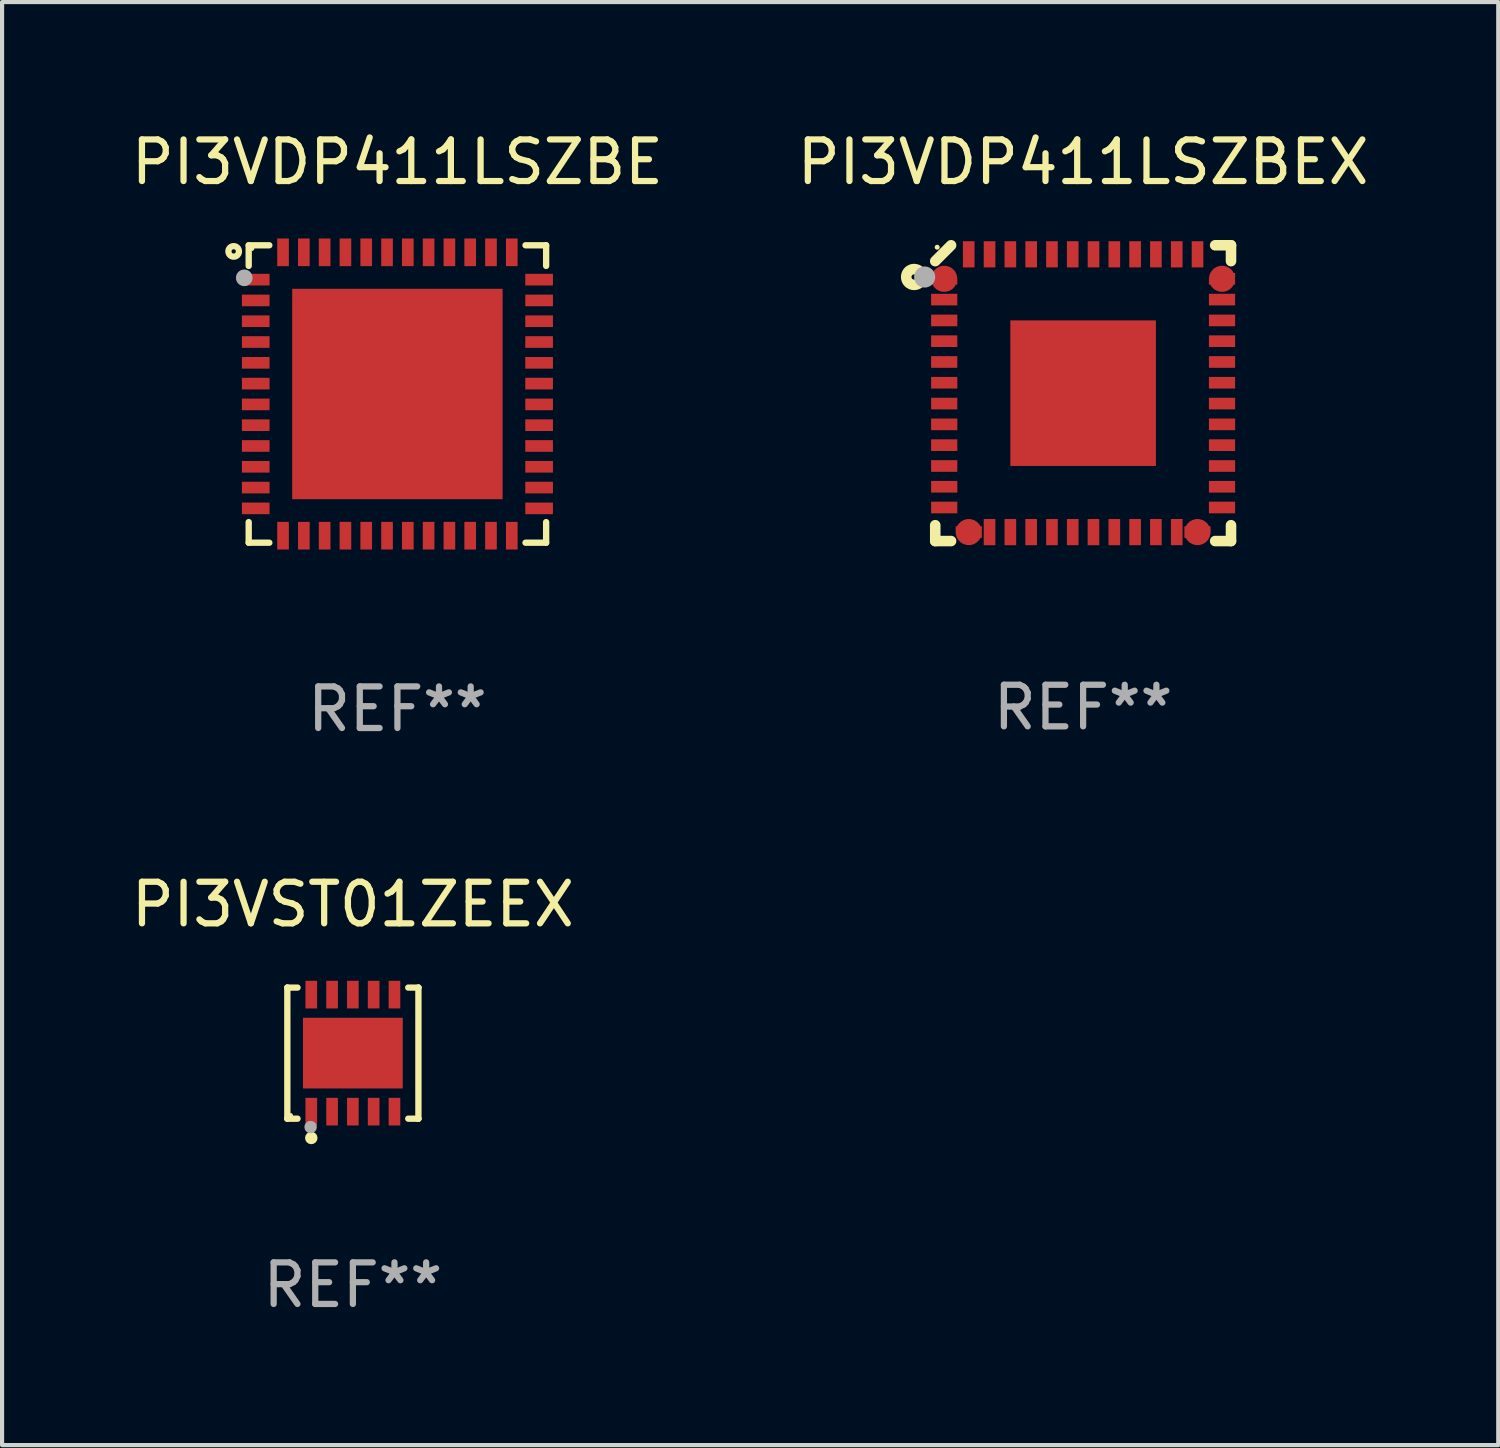
<source format=kicad_pcb>
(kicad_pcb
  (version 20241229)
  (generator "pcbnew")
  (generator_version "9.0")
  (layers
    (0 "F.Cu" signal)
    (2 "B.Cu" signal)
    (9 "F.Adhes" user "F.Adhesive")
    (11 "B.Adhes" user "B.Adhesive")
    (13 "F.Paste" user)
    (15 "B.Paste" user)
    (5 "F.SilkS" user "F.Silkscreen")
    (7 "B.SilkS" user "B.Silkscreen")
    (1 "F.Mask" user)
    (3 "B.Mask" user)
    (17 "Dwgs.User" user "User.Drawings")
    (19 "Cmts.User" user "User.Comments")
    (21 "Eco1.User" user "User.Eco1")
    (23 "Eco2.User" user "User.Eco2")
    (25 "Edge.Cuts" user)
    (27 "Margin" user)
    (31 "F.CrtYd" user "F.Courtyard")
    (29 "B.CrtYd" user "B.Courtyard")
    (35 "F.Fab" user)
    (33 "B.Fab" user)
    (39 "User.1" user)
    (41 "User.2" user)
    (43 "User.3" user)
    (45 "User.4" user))
  (footprint "PI3VDP411LSZBE"
    (layer "F.Cu")
    (at 6.506 6.424)
    (property "Reference" "PI3VDP411LSZBE" (at 0 -5.576 0) (layer "F.SilkS") (effects (font (size 1 1) (thickness 0.15))))
    (attr through_hole)
    (fp_line (start -3.576 -3.576) (end -3.576 -3.08) (stroke (width 0.152) (type solid)) (layer "F.SilkS"))
    (fp_line (start -3.576 3.576) (end -3.576 3.08) (stroke (width 0.152) (type solid)) (layer "F.SilkS"))
    (fp_line (start -3.08 -3.576) (end -3.576 -3.576) (stroke (width 0.152) (type solid)) (layer "F.SilkS"))
    (fp_line (start -3.08 3.576) (end -3.576 3.576) (stroke (width 0.152) (type solid)) (layer "F.SilkS"))
    (fp_line (start 3.08 -3.576) (end 3.576 -3.576) (stroke (width 0.152) (type solid)) (layer "F.SilkS"))
    (fp_line (start 3.08 3.576) (end 3.576 3.576) (stroke (width 0.152) (type solid)) (layer "F.SilkS"))
    (fp_line (start 3.576 -3.576) (end 3.576 -3.08) (stroke (width 0.152) (type solid)) (layer "F.SilkS"))
    (fp_line (start 3.576 3.576) (end 3.576 3.08) (stroke (width 0.152) (type solid)) (layer "F.SilkS"))
    (fp_circle (center -3.937 -3.429) (end -3.81 -3.429) (stroke (width 0.15) (type solid)) (fill no) (layer "F.SilkS"))
    (fp_circle (center -3.5 -3.5) (end -3.47 -3.5) (stroke (width 0.06) (type solid)) (fill no) (layer "F.SilkS"))
    (fp_circle (center -3.683 -2.794) (end -3.583 -2.794) (stroke (width 0.2) (type solid)) (fill no) (layer "F.Fab"))
    (fp_text user "REF**" (at 0 7.576 0) (layer "F.Fab") (effects (font (size 1 1) (thickness 0.15))))
    (pad "1" smd rect (at -3.407 -2.75) (size 0.665 0.28) (layers "F.Cu" "F.Mask" "F.Paste"))
    (pad "2" smd rect (at -3.407 -2.25) (size 0.665 0.28) (layers "F.Cu" "F.Mask" "F.Paste"))
    (pad "3" smd rect (at -3.407 -1.75) (size 0.665 0.28) (layers "F.Cu" "F.Mask" "F.Paste"))
    (pad "4" smd rect (at -3.407 -1.25) (size 0.665 0.28) (layers "F.Cu" "F.Mask" "F.Paste"))
    (pad "5" smd rect (at -3.407 -0.75) (size 0.665 0.28) (layers "F.Cu" "F.Mask" "F.Paste"))
    (pad "6" smd rect (at -3.407 -0.25) (size 0.665 0.28) (layers "F.Cu" "F.Mask" "F.Paste"))
    (pad "7" smd rect (at -3.407 0.25) (size 0.665 0.28) (layers "F.Cu" "F.Mask" "F.Paste"))
    (pad "8" smd rect (at -3.407 0.75) (size 0.665 0.28) (layers "F.Cu" "F.Mask" "F.Paste"))
    (pad "9" smd rect (at -3.407 1.25) (size 0.665 0.28) (layers "F.Cu" "F.Mask" "F.Paste"))
    (pad "10" smd rect (at -3.407 1.75) (size 0.665 0.28) (layers "F.Cu" "F.Mask" "F.Paste"))
    (pad "11" smd rect (at -3.407 2.25) (size 0.665 0.28) (layers "F.Cu" "F.Mask" "F.Paste"))
    (pad "12" smd rect (at -3.407 2.75) (size 0.665 0.28) (layers "F.Cu" "F.Mask" "F.Paste"))
    (pad "13" smd rect (at -2.75 3.407) (size 0.28 0.665) (layers "F.Cu" "F.Mask" "F.Paste"))
    (pad "14" smd rect (at -2.25 3.407) (size 0.28 0.665) (layers "F.Cu" "F.Mask" "F.Paste"))
    (pad "15" smd rect (at -1.75 3.407) (size 0.28 0.665) (layers "F.Cu" "F.Mask" "F.Paste"))
    (pad "16" smd rect (at -1.25 3.407) (size 0.28 0.665) (layers "F.Cu" "F.Mask" "F.Paste"))
    (pad "17" smd rect (at -0.75 3.407) (size 0.28 0.665) (layers "F.Cu" "F.Mask" "F.Paste"))
    (pad "18" smd rect (at -0.25 3.407) (size 0.28 0.665) (layers "F.Cu" "F.Mask" "F.Paste"))
    (pad "19" smd rect (at 0.25 3.407) (size 0.28 0.665) (layers "F.Cu" "F.Mask" "F.Paste"))
    (pad "20" smd rect (at 0.75 3.407) (size 0.28 0.665) (layers "F.Cu" "F.Mask" "F.Paste"))
    (pad "21" smd rect (at 1.25 3.407) (size 0.28 0.665) (layers "F.Cu" "F.Mask" "F.Paste"))
    (pad "22" smd rect (at 1.75 3.407) (size 0.28 0.665) (layers "F.Cu" "F.Mask" "F.Paste"))
    (pad "23" smd rect (at 2.25 3.407) (size 0.28 0.665) (layers "F.Cu" "F.Mask" "F.Paste"))
    (pad "24" smd rect (at 2.75 3.407) (size 0.28 0.665) (layers "F.Cu" "F.Mask" "F.Paste"))
    (pad "25" smd rect (at 3.407 2.75) (size 0.665 0.28) (layers "F.Cu" "F.Mask" "F.Paste"))
    (pad "26" smd rect (at 3.407 2.25) (size 0.665 0.28) (layers "F.Cu" "F.Mask" "F.Paste"))
    (pad "27" smd rect (at 3.407 1.75) (size 0.665 0.28) (layers "F.Cu" "F.Mask" "F.Paste"))
    (pad "28" smd rect (at 3.407 1.25) (size 0.665 0.28) (layers "F.Cu" "F.Mask" "F.Paste"))
    (pad "29" smd rect (at 3.407 0.75) (size 0.665 0.28) (layers "F.Cu" "F.Mask" "F.Paste"))
    (pad "30" smd rect (at 3.407 0.25) (size 0.665 0.28) (layers "F.Cu" "F.Mask" "F.Paste"))
    (pad "31" smd rect (at 3.407 -0.25) (size 0.665 0.28) (layers "F.Cu" "F.Mask" "F.Paste"))
    (pad "32" smd rect (at 3.407 -0.75) (size 0.665 0.28) (layers "F.Cu" "F.Mask" "F.Paste"))
    (pad "33" smd rect (at 3.407 -1.25) (size 0.665 0.28) (layers "F.Cu" "F.Mask" "F.Paste"))
    (pad "34" smd rect (at 3.407 -1.75) (size 0.665 0.28) (layers "F.Cu" "F.Mask" "F.Paste"))
    (pad "35" smd rect (at 3.407 -2.25) (size 0.665 0.28) (layers "F.Cu" "F.Mask" "F.Paste"))
    (pad "36" smd rect (at 3.407 -2.75) (size 0.665 0.28) (layers "F.Cu" "F.Mask" "F.Paste"))
    (pad "37" smd rect (at 2.75 -3.407) (size 0.28 0.665) (layers "F.Cu" "F.Mask" "F.Paste"))
    (pad "38" smd rect (at 2.25 -3.407) (size 0.28 0.665) (layers "F.Cu" "F.Mask" "F.Paste"))
    (pad "39" smd rect (at 1.75 -3.407) (size 0.28 0.665) (layers "F.Cu" "F.Mask" "F.Paste"))
    (pad "40" smd rect (at 1.25 -3.407) (size 0.28 0.665) (layers "F.Cu" "F.Mask" "F.Paste"))
    (pad "41" smd rect (at 0.75 -3.407) (size 0.28 0.665) (layers "F.Cu" "F.Mask" "F.Paste"))
    (pad "42" smd rect (at 0.25 -3.407) (size 0.28 0.665) (layers "F.Cu" "F.Mask" "F.Paste"))
    (pad "43" smd rect (at -0.25 -3.407) (size 0.28 0.665) (layers "F.Cu" "F.Mask" "F.Paste"))
    (pad "44" smd rect (at -0.75 -3.407) (size 0.28 0.665) (layers "F.Cu" "F.Mask" "F.Paste"))
    (pad "45" smd rect (at -1.25 -3.407) (size 0.28 0.665) (layers "F.Cu" "F.Mask" "F.Paste"))
    (pad "46" smd rect (at -1.75 -3.407) (size 0.28 0.665) (layers "F.Cu" "F.Mask" "F.Paste"))
    (pad "47" smd rect (at -2.25 -3.407) (size 0.28 0.665) (layers "F.Cu" "F.Mask" "F.Paste"))
    (pad "48" smd rect (at -2.75 -3.407) (size 0.28 0.665) (layers "F.Cu" "F.Mask" "F.Paste"))
    (pad "49" smd rect (at 0 0) (size 5.06 5.06) (layers "F.Cu" "F.Mask" "F.Paste")))
  (footprint "PI3VST01ZEEX"
    (layer "F.Cu")
    (at 5.435 22.273)
    (property "Reference" "PI3VST01ZEEX" (at 0 -3.576 0) (layer "F.SilkS") (effects (font (size 1 1) (thickness 0.15))))
    (attr through_hole)
    (fp_line (start -1.576 -1.576) (end -1.576 -1.576) (stroke (width 0.152) (type solid)) (layer "F.SilkS"))
    (fp_line (start -1.576 -1.576) (end -1.331 -1.576) (stroke (width 0.152) (type solid)) (layer "F.SilkS"))
    (fp_line (start -1.576 1.576) (end -1.576 -1.576) (stroke (width 0.152) (type solid)) (layer "F.SilkS"))
    (fp_line (start -1.576 1.576) (end -1.576 1.576) (stroke (width 0.152) (type solid)) (layer "F.SilkS"))
    (fp_line (start -1.331 1.576) (end -1.576 1.576) (stroke (width 0.152) (type solid)) (layer "F.SilkS"))
    (fp_line (start 1.331 1.576) (end 1.576 1.576) (stroke (width 0.152) (type solid)) (layer "F.SilkS"))
    (fp_line (start 1.576 -1.576) (end 1.331 -1.576) (stroke (width 0.152) (type solid)) (layer "F.SilkS"))
    (fp_line (start 1.576 -1.576) (end 1.576 -1.576) (stroke (width 0.152) (type solid)) (layer "F.SilkS"))
    (fp_line (start 1.576 1.576) (end 1.576 -1.576) (stroke (width 0.152) (type solid)) (layer "F.SilkS"))
    (fp_line (start 1.576 1.576) (end 1.576 1.576) (stroke (width 0.152) (type solid)) (layer "F.SilkS"))
    (fp_circle (center -1.5 1.5) (end -1.47 1.5) (stroke (width 0.06) (type solid)) (fill no) (layer "F.SilkS"))
    (fp_circle (center -1 2.04) (end -0.925 2.04) (stroke (width 0.15) (type solid)) (fill no) (layer "F.SilkS"))
    (fp_circle (center -1.016 1.778) (end -0.941 1.778) (stroke (width 0.15) (type solid)) (fill no) (layer "F.Fab"))
    (fp_text user "REF**" (at 0 5.576 0) (layer "F.Fab") (effects (font (size 1 1) (thickness 0.15))))
    (pad "1" smd rect (at -1 1.407) (size 0.28 0.665) (layers "F.Cu" "F.Mask" "F.Paste"))
    (pad "2" smd rect (at -0.5 1.407) (size 0.28 0.665) (layers "F.Cu" "F.Mask" "F.Paste"))
    (pad "3" smd rect (at 0 1.407) (size 0.28 0.665) (layers "F.Cu" "F.Mask" "F.Paste"))
    (pad "4" smd rect (at 0.5 1.407) (size 0.28 0.665) (layers "F.Cu" "F.Mask" "F.Paste"))
    (pad "5" smd rect (at 1 1.407) (size 0.28 0.665) (layers "F.Cu" "F.Mask" "F.Paste"))
    (pad "6" smd rect (at 1 -1.407) (size 0.28 0.665) (layers "F.Cu" "F.Mask" "F.Paste"))
    (pad "7" smd rect (at 0.5 -1.407) (size 0.28 0.665) (layers "F.Cu" "F.Mask" "F.Paste"))
    (pad "8" smd rect (at 0 -1.407) (size 0.28 0.665) (layers "F.Cu" "F.Mask" "F.Paste"))
    (pad "9" smd rect (at -0.5 -1.407) (size 0.28 0.665) (layers "F.Cu" "F.Mask" "F.Paste"))
    (pad "10" smd rect (at -1 -1.407) (size 0.28 0.665) (layers "F.Cu" "F.Mask" "F.Paste"))
    (pad "11" smd rect (at 0 0) (size 2.4 1.7) (layers "F.Cu" "F.Mask" "F.Paste")))
  (footprint "PI3VDP411LSZBEX"
    (layer "F.Cu")
    (at 22.994 6.404)
    (property "Reference" "PI3VDP411LSZBEX" (at 0 -5.556 0) (layer "F.SilkS") (effects (font (size 1 1) (thickness 0.15))))
    (attr through_hole)
    (fp_line (start -3.556 3.175) (end -3.556 3.556) (stroke (width 0.254) (type solid)) (layer "F.SilkS"))
    (fp_line (start -3.556 3.556) (end -3.175 3.556) (stroke (width 0.254) (type solid)) (layer "F.SilkS"))
    (fp_line (start -3.175 -3.556) (end -3.556 -3.175) (stroke (width 0.254) (type solid)) (layer "F.SilkS"))
    (fp_line (start 3.175 -3.556) (end 3.556 -3.556) (stroke (width 0.254) (type solid)) (layer "F.SilkS"))
    (fp_line (start 3.556 -3.556) (end 3.556 -3.175) (stroke (width 0.254) (type solid)) (layer "F.SilkS"))
    (fp_line (start 3.556 3.175) (end 3.556 3.556) (stroke (width 0.254) (type solid)) (layer "F.SilkS"))
    (fp_line (start 3.556 3.556) (end 3.175 3.556) (stroke (width 0.254) (type solid)) (layer "F.SilkS"))
    (fp_circle (center -4.064 -2.794) (end -4.001 -2.794) (stroke (width 0.254) (type solid)) (fill no) (layer "F.SilkS"))
    (fp_circle (center -3.509 -3.509) (end -3.479 -3.509) (stroke (width 0.06) (type solid)) (fill no) (layer "F.SilkS"))
    (fp_circle (center -3.81 -2.793) (end -3.683 -2.793) (stroke (width 0.254) (type solid)) (fill no) (layer "F.Fab"))
    (fp_text user "REF**" (at 0 7.556 0) (layer "F.Fab") (effects (font (size 1 1) (thickness 0.15))))
    (pad "1" smd custom (at -3.34 -2.75) (size 0.63 0.28) (layers "F.Cu" "F.Mask" "F.Paste") (options (anchor circle)) (primitives (gr_poly (pts (xy -0.315 -0.14) (xy 0.2 -0.14) (xy 0.315 -0.01) (xy 0.315 0.14) (xy -0.315 0.14)) (width 0) (fill yes))))
    (pad "2" smd rect (at -3.34 -2.25) (size 0.63 0.28) (layers "F.Cu" "F.Mask" "F.Paste"))
    (pad "3" smd rect (at -3.34 -1.749) (size 0.63 0.28) (layers "F.Cu" "F.Mask" "F.Paste"))
    (pad "4" smd rect (at -3.34 -1.25) (size 0.63 0.28) (layers "F.Cu" "F.Mask" "F.Paste"))
    (pad "5" smd rect (at -3.34 -0.75) (size 0.63 0.28) (layers "F.Cu" "F.Mask" "F.Paste"))
    (pad "6" smd rect (at -3.34 -0.251) (size 0.63 0.28) (layers "F.Cu" "F.Mask" "F.Paste"))
    (pad "7" smd rect (at -3.34 0.25) (size 0.63 0.28) (layers "F.Cu" "F.Mask" "F.Paste"))
    (pad "8" smd rect (at -3.34 0.75) (size 0.63 0.28) (layers "F.Cu" "F.Mask" "F.Paste"))
    (pad "9" smd rect (at -3.34 1.25) (size 0.63 0.28) (layers "F.Cu" "F.Mask" "F.Paste"))
    (pad "10" smd rect (at -3.34 1.751) (size 0.63 0.28) (layers "F.Cu" "F.Mask" "F.Paste"))
    (pad "11" smd rect (at -3.34 2.25) (size 0.63 0.28) (layers "F.Cu" "F.Mask" "F.Paste"))
    (pad "12" smd rect (at -3.34 2.749) (size 0.63 0.28) (layers "F.Cu" "F.Mask" "F.Paste"))
    (pad "13" smd custom (at -2.75 3.34 90) (size 0.63 0.28) (layers "F.Cu" "F.Mask" "F.Paste") (options (anchor circle)) (primitives (gr_poly (pts (xy -0.14 0.315) (xy -0.14 -0.2) (xy -0.01 -0.315) (xy 0.14 -0.315) (xy 0.14 0.315)) (width 0) (fill yes))))
    (pad "14" smd rect (at -2.25 3.341) (size 0.28 0.63) (layers "F.Cu" "F.Mask" "F.Paste"))
    (pad "15" smd rect (at -1.75 3.341) (size 0.28 0.63) (layers "F.Cu" "F.Mask" "F.Paste"))
    (pad "16" smd rect (at -1.249 3.341) (size 0.28 0.63) (layers "F.Cu" "F.Mask" "F.Paste"))
    (pad "17" smd rect (at -0.749 3.341) (size 0.28 0.63) (layers "F.Cu" "F.Mask" "F.Paste"))
    (pad "18" smd rect (at -0.25 3.341) (size 0.28 0.63) (layers "F.Cu" "F.Mask" "F.Paste"))
    (pad "19" smd rect (at 0.249 3.341) (size 0.28 0.63) (layers "F.Cu" "F.Mask" "F.Paste"))
    (pad "20" smd rect (at 0.75 3.341) (size 0.28 0.63) (layers "F.Cu" "F.Mask" "F.Paste"))
    (pad "21" smd rect (at 1.25 3.341) (size 0.28 0.63) (layers "F.Cu" "F.Mask" "F.Paste"))
    (pad "22" smd rect (at 1.75 3.341) (size 0.28 0.63) (layers "F.Cu" "F.Mask" "F.Paste"))
    (pad "23" smd rect (at 2.251 3.341) (size 0.28 0.63) (layers "F.Cu" "F.Mask" "F.Paste"))
    (pad "24" smd custom (at 2.75 3.34 270) (size 0.63 0.28) (layers "F.Cu" "F.Mask" "F.Paste") (options (anchor circle)) (primitives (gr_poly (pts (xy 0.14 0.315) (xy 0.14 -0.2) (xy 0.01 -0.315) (xy -0.14 -0.315) (xy -0.14 0.315)) (width 0) (fill yes))))
    (pad "25" smd rect (at 3.34 2.749) (size 0.63 0.28) (layers "F.Cu" "F.Mask" "F.Paste"))
    (pad "26" smd rect (at 3.34 2.25) (size 0.63 0.28) (layers "F.Cu" "F.Mask" "F.Paste"))
    (pad "27" smd rect (at 3.34 1.751) (size 0.63 0.28) (layers "F.Cu" "F.Mask" "F.Paste"))
    (pad "28" smd rect (at 3.34 1.25) (size 0.63 0.28) (layers "F.Cu" "F.Mask" "F.Paste"))
    (pad "29" smd rect (at 3.34 0.75) (size 0.63 0.28) (layers "F.Cu" "F.Mask" "F.Paste"))
    (pad "30" smd rect (at 3.34 0.25) (size 0.63 0.28) (layers "F.Cu" "F.Mask" "F.Paste"))
    (pad "31" smd rect (at 3.34 -0.251) (size 0.63 0.28) (layers "F.Cu" "F.Mask" "F.Paste"))
    (pad "32" smd rect (at 3.34 -0.75) (size 0.63 0.28) (layers "F.Cu" "F.Mask" "F.Paste"))
    (pad "33" smd rect (at 3.34 -1.25) (size 0.63 0.28) (layers "F.Cu" "F.Mask" "F.Paste"))
    (pad "34" smd rect (at 3.34 -1.749) (size 0.63 0.28) (layers "F.Cu" "F.Mask" "F.Paste"))
    (pad "35" smd rect (at 3.34 -2.25) (size 0.63 0.28) (layers "F.Cu" "F.Mask" "F.Paste"))
    (pad "36" smd custom (at 3.34 -2.75) (size 0.63 0.28) (layers "F.Cu" "F.Mask" "F.Paste") (options (anchor circle)) (primitives (gr_poly (pts (xy 0.315 -0.14) (xy -0.2 -0.14) (xy -0.315 -0.01) (xy -0.315 0.14) (xy 0.315 0.14)) (width 0) (fill yes))))
    (pad "37" smd rect (at 2.751 -3.339) (size 0.28 0.63) (layers "F.Cu" "F.Mask" "F.Paste"))
    (pad "38" smd rect (at 2.251 -3.339) (size 0.28 0.63) (layers "F.Cu" "F.Mask" "F.Paste"))
    (pad "39" smd rect (at 1.75 -3.339) (size 0.28 0.63) (layers "F.Cu" "F.Mask" "F.Paste"))
    (pad "40" smd rect (at 1.25 -3.339) (size 0.28 0.63) (layers "F.Cu" "F.Mask" "F.Paste"))
    (pad "41" smd rect (at 0.75 -3.339) (size 0.28 0.63) (layers "F.Cu" "F.Mask" "F.Paste"))
    (pad "42" smd rect (at 0.25 -3.339) (size 0.28 0.63) (layers "F.Cu" "F.Mask" "F.Paste"))
    (pad "43" smd rect (at -0.25 -3.339) (size 0.28 0.63) (layers "F.Cu" "F.Mask" "F.Paste"))
    (pad "44" smd rect (at -0.749 -3.339) (size 0.28 0.63) (layers "F.Cu" "F.Mask" "F.Paste"))
    (pad "45" smd rect (at -1.249 -3.339) (size 0.28 0.63) (layers "F.Cu" "F.Mask" "F.Paste"))
    (pad "46" smd rect (at -1.75 -3.339) (size 0.28 0.63) (layers "F.Cu" "F.Mask" "F.Paste"))
    (pad "47" smd rect (at -2.25 -3.339) (size 0.28 0.63) (layers "F.Cu" "F.Mask" "F.Paste"))
    (pad "48" smd rect (at -2.751 -3.339) (size 0.28 0.63) (layers "F.Cu" "F.Mask" "F.Paste"))
    (pad "49" smd rect (at 0.000203 0.000051 180) (size 3.5 3.5) (layers "F.Cu" "F.Mask" "F.Paste")))
  (gr_rect
    (start -3 -3)
    (end 32.976 31.698)
    (stroke (width 0.1) (type default))
    (fill no)
    (layer "Edge.Cuts")))
</source>
